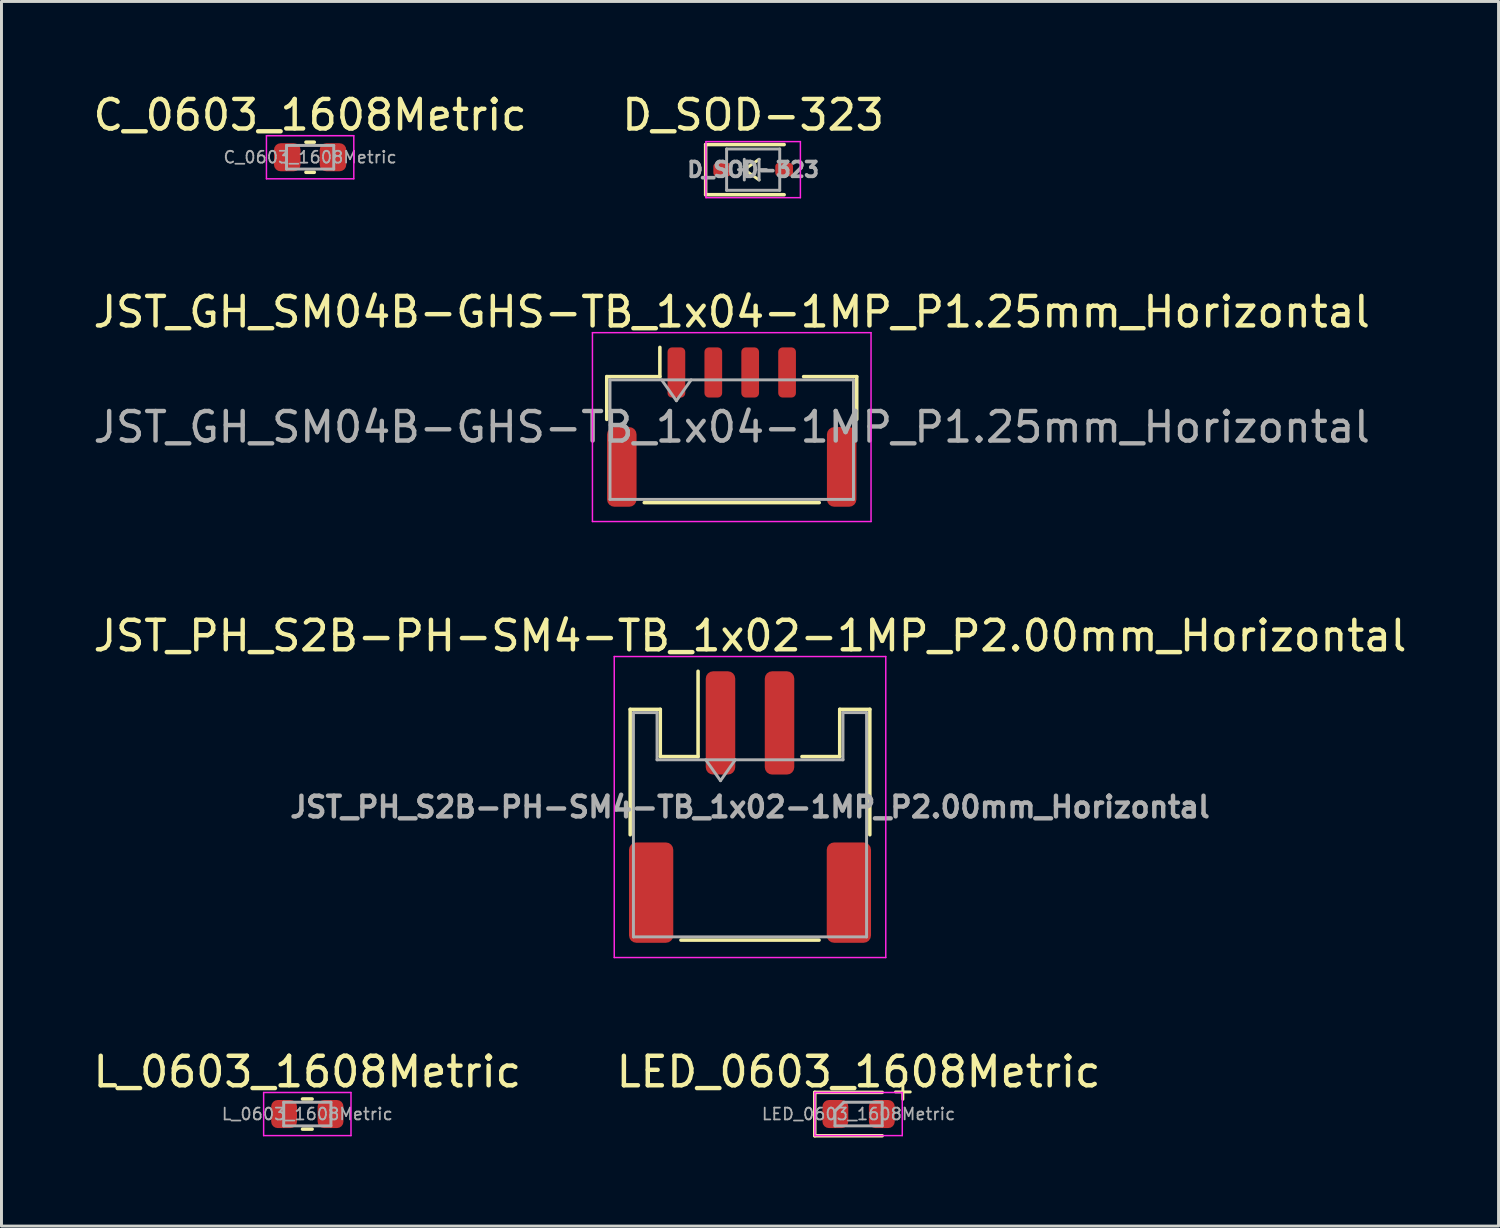
<source format=kicad_pcb>
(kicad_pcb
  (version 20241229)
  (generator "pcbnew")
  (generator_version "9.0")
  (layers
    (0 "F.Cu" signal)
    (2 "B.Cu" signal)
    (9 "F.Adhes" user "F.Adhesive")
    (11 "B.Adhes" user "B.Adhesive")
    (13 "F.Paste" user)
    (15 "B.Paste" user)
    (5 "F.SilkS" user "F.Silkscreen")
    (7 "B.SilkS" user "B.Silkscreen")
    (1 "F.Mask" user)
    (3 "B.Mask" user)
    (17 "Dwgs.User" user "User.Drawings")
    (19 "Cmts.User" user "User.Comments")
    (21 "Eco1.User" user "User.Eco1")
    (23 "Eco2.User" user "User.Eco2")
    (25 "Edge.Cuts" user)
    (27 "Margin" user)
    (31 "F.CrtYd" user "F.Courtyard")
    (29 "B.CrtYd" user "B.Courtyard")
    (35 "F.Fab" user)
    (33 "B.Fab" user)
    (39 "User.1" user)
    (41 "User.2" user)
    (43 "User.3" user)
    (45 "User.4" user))
  (footprint "LED_0603_1608Metric"
    (layer "F.Cu")
    (at 26.042 34.698)
    (property "Reference" "LED_0603_1608Metric" (at 0 -1.43 0) (layer "F.SilkS") (effects (font (size 1 1) (thickness 0.15))))
    (attr smd)
    (fp_line (start -1.485 -0.735) (end -1.485 0.735) (stroke (width 0.12) (type solid)) (layer "F.SilkS"))
    (fp_line (start -1.485 0.735) (end 0.8 0.735) (stroke (width 0.12) (type solid)) (layer "F.SilkS"))
    (fp_line (start 0.8 -0.735) (end -1.485 -0.735) (stroke (width 0.12) (type solid)) (layer "F.SilkS"))
    (fp_line (start 1.5 -1) (end 1.5 -0.5) (stroke (width 0.1) (type default)) (layer "F.SilkS"))
    (fp_line (start 1.75 -0.75) (end 1.25 -0.75) (stroke (width 0.1) (type default)) (layer "F.SilkS"))
    (fp_line (start -1.48 -0.73) (end 1.48 -0.73) (stroke (width 0.05) (type solid)) (layer "F.CrtYd"))
    (fp_line (start -1.48 0.73) (end -1.48 -0.73) (stroke (width 0.05) (type solid)) (layer "F.CrtYd"))
    (fp_line (start 1.48 -0.73) (end 1.48 0.73) (stroke (width 0.05) (type solid)) (layer "F.CrtYd"))
    (fp_line (start 1.48 0.73) (end -1.48 0.73) (stroke (width 0.05) (type solid)) (layer "F.CrtYd"))
    (fp_line (start -0.8 -0.1) (end -0.8 0.4) (stroke (width 0.1) (type solid)) (layer "F.Fab"))
    (fp_line (start -0.8 0.4) (end 0.8 0.4) (stroke (width 0.1) (type solid)) (layer "F.Fab"))
    (fp_line (start -0.5 -0.4) (end -0.8 -0.1) (stroke (width 0.1) (type solid)) (layer "F.Fab"))
    (fp_line (start 0.8 -0.4) (end -0.5 -0.4) (stroke (width 0.1) (type solid)) (layer "F.Fab"))
    (fp_line (start 0.8 0.4) (end 0.8 -0.4) (stroke (width 0.1) (type solid)) (layer "F.Fab"))
    (fp_text user "${REFERENCE}" (at 0 0 0) (layer "F.Fab") (effects (font (size 0.4 0.4) (thickness 0.06))))
    (pad "1" smd roundrect (at -0.787 0) (size 0.875 0.95) (layers "F.Cu" "F.Mask" "F.Paste") (roundrect_rratio 0.25))
    (pad "2" smd roundrect (at 0.787 0) (size 0.875 0.95) (layers "F.Cu" "F.Mask" "F.Paste") (roundrect_rratio 0.25)))
  (footprint "C_0603_1608Metric"
    (layer "F.Cu")
    (at 7.458 2.278)
    (property "Reference" "C_0603_1608Metric" (at 0 -1.43 180) (layer "F.SilkS") (effects (font (size 1 1) (thickness 0.15))))
    (attr smd)
    (fp_line (start -0.141 -0.51) (end 0.141 -0.51) (stroke (width 0.12) (type solid)) (layer "F.SilkS"))
    (fp_line (start -0.141 0.51) (end 0.141 0.51) (stroke (width 0.12) (type solid)) (layer "F.SilkS"))
    (fp_line (start -1.48 -0.73) (end 1.48 -0.73) (stroke (width 0.05) (type solid)) (layer "F.CrtYd"))
    (fp_line (start -1.48 0.73) (end -1.48 -0.73) (stroke (width 0.05) (type solid)) (layer "F.CrtYd"))
    (fp_line (start 1.48 -0.73) (end 1.48 0.73) (stroke (width 0.05) (type solid)) (layer "F.CrtYd"))
    (fp_line (start 1.48 0.73) (end -1.48 0.73) (stroke (width 0.05) (type solid)) (layer "F.CrtYd"))
    (fp_line (start -0.8 -0.4) (end 0.8 -0.4) (stroke (width 0.1) (type solid)) (layer "F.Fab"))
    (fp_line (start -0.8 0.4) (end -0.8 -0.4) (stroke (width 0.1) (type solid)) (layer "F.Fab"))
    (fp_line (start 0.8 -0.4) (end 0.8 0.4) (stroke (width 0.1) (type solid)) (layer "F.Fab"))
    (fp_line (start 0.8 0.4) (end -0.8 0.4) (stroke (width 0.1) (type solid)) (layer "F.Fab"))
    (fp_text user "${REFERENCE}" (at 0 0 180) (layer "F.Fab") (effects (font (size 0.4 0.4) (thickness 0.06))))
    (pad "1" smd roundrect (at -0.775 0) (size 0.9 0.95) (layers "F.Cu" "F.Mask" "F.Paste") (roundrect_rratio 0.25))
    (pad "2" smd roundrect (at 0.775 0) (size 0.9 0.95) (layers "F.Cu" "F.Mask" "F.Paste") (roundrect_rratio 0.25)))
  (footprint "L_0603_1608Metric"
    (layer "F.Cu")
    (at 7.363 34.698)
    (property "Reference" "L_0603_1608Metric" (at 0 -1.43 180) (layer "F.SilkS") (effects (font (size 1 1) (thickness 0.15))))
    (attr smd)
    (fp_line (start -0.163 -0.51) (end 0.163 -0.51) (stroke (width 0.12) (type solid)) (layer "F.SilkS"))
    (fp_line (start -0.163 0.51) (end 0.163 0.51) (stroke (width 0.12) (type solid)) (layer "F.SilkS"))
    (fp_line (start -1.48 -0.73) (end 1.48 -0.73) (stroke (width 0.05) (type solid)) (layer "F.CrtYd"))
    (fp_line (start -1.48 0.73) (end -1.48 -0.73) (stroke (width 0.05) (type solid)) (layer "F.CrtYd"))
    (fp_line (start 1.48 -0.73) (end 1.48 0.73) (stroke (width 0.05) (type solid)) (layer "F.CrtYd"))
    (fp_line (start 1.48 0.73) (end -1.48 0.73) (stroke (width 0.05) (type solid)) (layer "F.CrtYd"))
    (fp_line (start -0.8 -0.4) (end 0.8 -0.4) (stroke (width 0.1) (type solid)) (layer "F.Fab"))
    (fp_line (start -0.8 0.4) (end -0.8 -0.4) (stroke (width 0.1) (type solid)) (layer "F.Fab"))
    (fp_line (start 0.8 -0.4) (end 0.8 0.4) (stroke (width 0.1) (type solid)) (layer "F.Fab"))
    (fp_line (start 0.8 0.4) (end -0.8 0.4) (stroke (width 0.1) (type solid)) (layer "F.Fab"))
    (fp_text user "${REFERENCE}" (at 0 0 180) (layer "F.Fab") (effects (font (size 0.4 0.4) (thickness 0.06))))
    (pad "1" smd roundrect (at -0.787 0) (size 0.875 0.95) (layers "F.Cu" "F.Mask" "F.Paste") (roundrect_rratio 0.25))
    (pad "2" smd roundrect (at 0.787 0) (size 0.875 0.95) (layers "F.Cu" "F.Mask" "F.Paste") (roundrect_rratio 0.25)))
  (footprint "JST_PH_S2B-PH-SM4-TB_1x02-1MP_P2.00mm_Horizontal"
    (layer "F.Cu")
    (at 22.363 24.295)
    (property "Reference" "JST_PH_S2B-PH-SM4-TB_1x02-1MP_P2.00mm_Horizontal" (at 0 -5.8 0) (layer "F.SilkS") (effects (font (size 1 1) (thickness 0.15))))
    (attr smd)
    (fp_line (start -4.06 -3.31) (end -3.04 -3.31) (stroke (width 0.12) (type solid)) (layer "F.SilkS"))
    (fp_line (start -4.06 0.94) (end -4.06 -3.31) (stroke (width 0.12) (type solid)) (layer "F.SilkS"))
    (fp_line (start -3.04 -3.31) (end -3.04 -1.71) (stroke (width 0.12) (type solid)) (layer "F.SilkS"))
    (fp_line (start -3.04 -1.71) (end -1.76 -1.71) (stroke (width 0.12) (type solid)) (layer "F.SilkS"))
    (fp_line (start -2.34 4.51) (end 2.34 4.51) (stroke (width 0.12) (type solid)) (layer "F.SilkS"))
    (fp_line (start -1.76 -1.71) (end -1.76 -4.6) (stroke (width 0.12) (type solid)) (layer "F.SilkS"))
    (fp_line (start 3.04 -3.31) (end 3.04 -1.71) (stroke (width 0.12) (type solid)) (layer "F.SilkS"))
    (fp_line (start 3.04 -1.71) (end 1.76 -1.71) (stroke (width 0.12) (type solid)) (layer "F.SilkS"))
    (fp_line (start 4.06 -3.31) (end 3.04 -3.31) (stroke (width 0.12) (type solid)) (layer "F.SilkS"))
    (fp_line (start 4.06 0.94) (end 4.06 -3.31) (stroke (width 0.12) (type solid)) (layer "F.SilkS"))
    (fp_line (start -4.6 -5.1) (end -4.6 5.1) (stroke (width 0.05) (type solid)) (layer "F.CrtYd"))
    (fp_line (start -4.6 5.1) (end 4.6 5.1) (stroke (width 0.05) (type solid)) (layer "F.CrtYd"))
    (fp_line (start 4.6 -5.1) (end -4.6 -5.1) (stroke (width 0.05) (type solid)) (layer "F.CrtYd"))
    (fp_line (start 4.6 5.1) (end 4.6 -5.1) (stroke (width 0.05) (type solid)) (layer "F.CrtYd"))
    (fp_line (start -3.95 -3.2) (end -3.95 4.4) (stroke (width 0.1) (type solid)) (layer "F.Fab"))
    (fp_line (start -3.95 -3.2) (end -3.15 -3.2) (stroke (width 0.1) (type solid)) (layer "F.Fab"))
    (fp_line (start -3.95 4.4) (end 3.95 4.4) (stroke (width 0.1) (type solid)) (layer "F.Fab"))
    (fp_line (start -3.15 -3.2) (end -3.15 -1.6) (stroke (width 0.1) (type solid)) (layer "F.Fab"))
    (fp_line (start -3.15 -1.6) (end 3.15 -1.6) (stroke (width 0.1) (type solid)) (layer "F.Fab"))
    (fp_line (start -1.5 -1.6) (end -1 -0.893) (stroke (width 0.1) (type solid)) (layer "F.Fab"))
    (fp_line (start -1 -0.893) (end -0.5 -1.6) (stroke (width 0.1) (type solid)) (layer "F.Fab"))
    (fp_line (start 3.15 -3.2) (end 3.95 -3.2) (stroke (width 0.1) (type solid)) (layer "F.Fab"))
    (fp_line (start 3.15 -1.6) (end 3.15 -3.2) (stroke (width 0.1) (type solid)) (layer "F.Fab"))
    (fp_line (start 3.95 -3.2) (end 3.95 4.4) (stroke (width 0.1) (type solid)) (layer "F.Fab"))
    (fp_text user "${REFERENCE}" (at 0 0 0) (layer "F.Fab") (effects (font (size 0.7 0.7) (thickness 0.15))))
    (pad "1" smd roundrect (at -1 -2.85) (size 1 3.5) (layers "F.Cu" "F.Mask" "F.Paste") (roundrect_rratio 0.25))
    (pad "2" smd roundrect (at 1 -2.85) (size 1 3.5) (layers "F.Cu" "F.Mask" "F.Paste") (roundrect_rratio 0.25))
    (pad "MP" smd roundrect (at -3.35 2.9) (size 1.5 3.4) (layers "F.Cu" "F.Mask" "F.Paste") (roundrect_rratio 0.167))
    (pad "MP" smd roundrect (at 3.35 2.9) (size 1.5 3.4) (layers "F.Cu" "F.Mask" "F.Paste") (roundrect_rratio 0.167)))
  (footprint "JST_GH_SM04B-GHS-TB_1x04-1MP_P1.25mm_Horizontal"
    (layer "F.Cu")
    (at 21.744 11.421)
    (property "Reference" "JST_GH_SM04B-GHS-TB_1x04-1MP_P1.25mm_Horizontal" (at 0 -3.9 180) (layer "F.SilkS") (effects (font (size 1 1) (thickness 0.15))))
    (attr smd exclude_from_bom)
    (fp_line (start -4.235 -1.71) (end -2.435 -1.71) (stroke (width 0.12) (type solid)) (layer "F.SilkS"))
    (fp_line (start -4.235 -0.26) (end -4.235 -1.71) (stroke (width 0.12) (type solid)) (layer "F.SilkS"))
    (fp_line (start -2.965 2.56) (end 2.965 2.56) (stroke (width 0.12) (type solid)) (layer "F.SilkS"))
    (fp_line (start -2.435 -1.71) (end -2.435 -2.7) (stroke (width 0.12) (type solid)) (layer "F.SilkS"))
    (fp_line (start 4.235 -1.71) (end 2.435 -1.71) (stroke (width 0.12) (type solid)) (layer "F.SilkS"))
    (fp_line (start 4.235 -0.26) (end 4.235 -1.71) (stroke (width 0.12) (type solid)) (layer "F.SilkS"))
    (fp_line (start -4.72 -3.2) (end -4.72 3.2) (stroke (width 0.05) (type solid)) (layer "F.CrtYd"))
    (fp_line (start -4.72 3.2) (end 4.72 3.2) (stroke (width 0.05) (type solid)) (layer "F.CrtYd"))
    (fp_line (start 4.72 -3.2) (end -4.72 -3.2) (stroke (width 0.05) (type solid)) (layer "F.CrtYd"))
    (fp_line (start 4.72 3.2) (end 4.72 -3.2) (stroke (width 0.05) (type solid)) (layer "F.CrtYd"))
    (fp_line (start -4.125 -1.6) (end -4.125 2.45) (stroke (width 0.1) (type solid)) (layer "F.Fab"))
    (fp_line (start -4.125 -1.6) (end 4.125 -1.6) (stroke (width 0.1) (type solid)) (layer "F.Fab"))
    (fp_line (start -4.125 2.45) (end 4.125 2.45) (stroke (width 0.1) (type solid)) (layer "F.Fab"))
    (fp_line (start -2.375 -1.6) (end -1.875 -0.893) (stroke (width 0.1) (type solid)) (layer "F.Fab"))
    (fp_line (start -1.875 -0.893) (end -1.375 -1.6) (stroke (width 0.1) (type solid)) (layer "F.Fab"))
    (fp_line (start 4.125 -1.6) (end 4.125 2.45) (stroke (width 0.1) (type solid)) (layer "F.Fab"))
    (fp_text user "${REFERENCE}" (at 0 0 180) (layer "F.Fab") (effects (font (size 1 1) (thickness 0.15))))
    (pad "1" smd roundrect (at -1.875 -1.85) (size 0.6 1.7) (layers "F.Cu" "F.Mask" "F.Paste") (roundrect_rratio 0.25))
    (pad "2" smd roundrect (at -0.625 -1.85) (size 0.6 1.7) (layers "F.Cu" "F.Mask" "F.Paste") (roundrect_rratio 0.25))
    (pad "3" smd roundrect (at 0.625 -1.85) (size 0.6 1.7) (layers "F.Cu" "F.Mask" "F.Paste") (roundrect_rratio 0.25))
    (pad "4" smd roundrect (at 1.875 -1.85) (size 0.6 1.7) (layers "F.Cu" "F.Mask" "F.Paste") (roundrect_rratio 0.25))
    (pad "MP" smd roundrect (at -3.725 1.35) (size 1 2.7) (layers "F.Cu" "F.Mask" "F.Paste") (roundrect_rratio 0.25))
    (pad "MP" smd roundrect (at 3.725 1.35) (size 1 2.7) (layers "F.Cu" "F.Mask" "F.Paste") (roundrect_rratio 0.25)))
  (footprint "D_SOD-323"
    (layer "F.Cu")
    (at 22.47 2.698)
    (property "Reference" "D_SOD-323" (at 0 -1.85 180) (layer "F.SilkS") (effects (font (size 1 1) (thickness 0.15))))
    (attr smd)
    (fp_line (start -1.61 -0.85) (end -1.61 0.85) (stroke (width 0.12) (type solid)) (layer "F.SilkS"))
    (fp_line (start -1.61 -0.85) (end 1.05 -0.85) (stroke (width 0.12) (type solid)) (layer "F.SilkS"))
    (fp_line (start -1.61 0.85) (end 1.05 0.85) (stroke (width 0.12) (type solid)) (layer "F.SilkS"))
    (fp_line (start -0.3 0) (end 0.2 -0.35) (stroke (width 0.1) (type solid)) (layer "F.SilkS"))
    (fp_line (start 0.2 0.35) (end -0.3 0) (stroke (width 0.1) (type solid)) (layer "F.SilkS"))
    (fp_line (start -1.6 -0.95) (end -1.6 0.95) (stroke (width 0.05) (type solid)) (layer "F.CrtYd"))
    (fp_line (start -1.6 -0.95) (end 1.6 -0.95) (stroke (width 0.05) (type solid)) (layer "F.CrtYd"))
    (fp_line (start -1.6 0.95) (end 1.6 0.95) (stroke (width 0.05) (type solid)) (layer "F.CrtYd"))
    (fp_line (start 1.6 -0.95) (end 1.6 0.95) (stroke (width 0.05) (type solid)) (layer "F.CrtYd"))
    (fp_line (start -0.9 -0.7) (end 0.9 -0.7) (stroke (width 0.1) (type solid)) (layer "F.Fab"))
    (fp_line (start -0.9 0.7) (end -0.9 -0.7) (stroke (width 0.1) (type solid)) (layer "F.Fab"))
    (fp_line (start -0.3 -0.35) (end -0.3 0.35) (stroke (width 0.1) (type solid)) (layer "F.Fab"))
    (fp_line (start -0.3 0) (end -0.5 0) (stroke (width 0.1) (type solid)) (layer "F.Fab"))
    (fp_line (start 0.2 -0.35) (end 0.2 0.35) (stroke (width 0.1) (type solid)) (layer "F.Fab"))
    (fp_line (start 0.2 0) (end 0.45 0) (stroke (width 0.1) (type solid)) (layer "F.Fab"))
    (fp_line (start 0.9 -0.7) (end 0.9 0.7) (stroke (width 0.1) (type solid)) (layer "F.Fab"))
    (fp_line (start 0.9 0.7) (end -0.9 0.7) (stroke (width 0.1) (type solid)) (layer "F.Fab"))
    (fp_text user "${REFERENCE}" (at 0 0 180) (layer "F.Fab") (effects (font (size 0.5 0.5) (thickness 0.125))))
    (pad "1" smd roundrect (at -1.05 0) (size 0.6 0.45) (layers "F.Cu" "F.Mask" "F.Paste") (roundrect_rratio 0.25))
    (pad "2" smd roundrect (at 1.05 0) (size 0.6 0.45) (layers "F.Cu" "F.Mask" "F.Paste") (roundrect_rratio 0.25)))
  (gr_rect
    (start -3 -3)
    (end 47.726 38.493)
    (stroke (width 0.1) (type default))
    (fill no)
    (layer "Edge.Cuts")))
</source>
